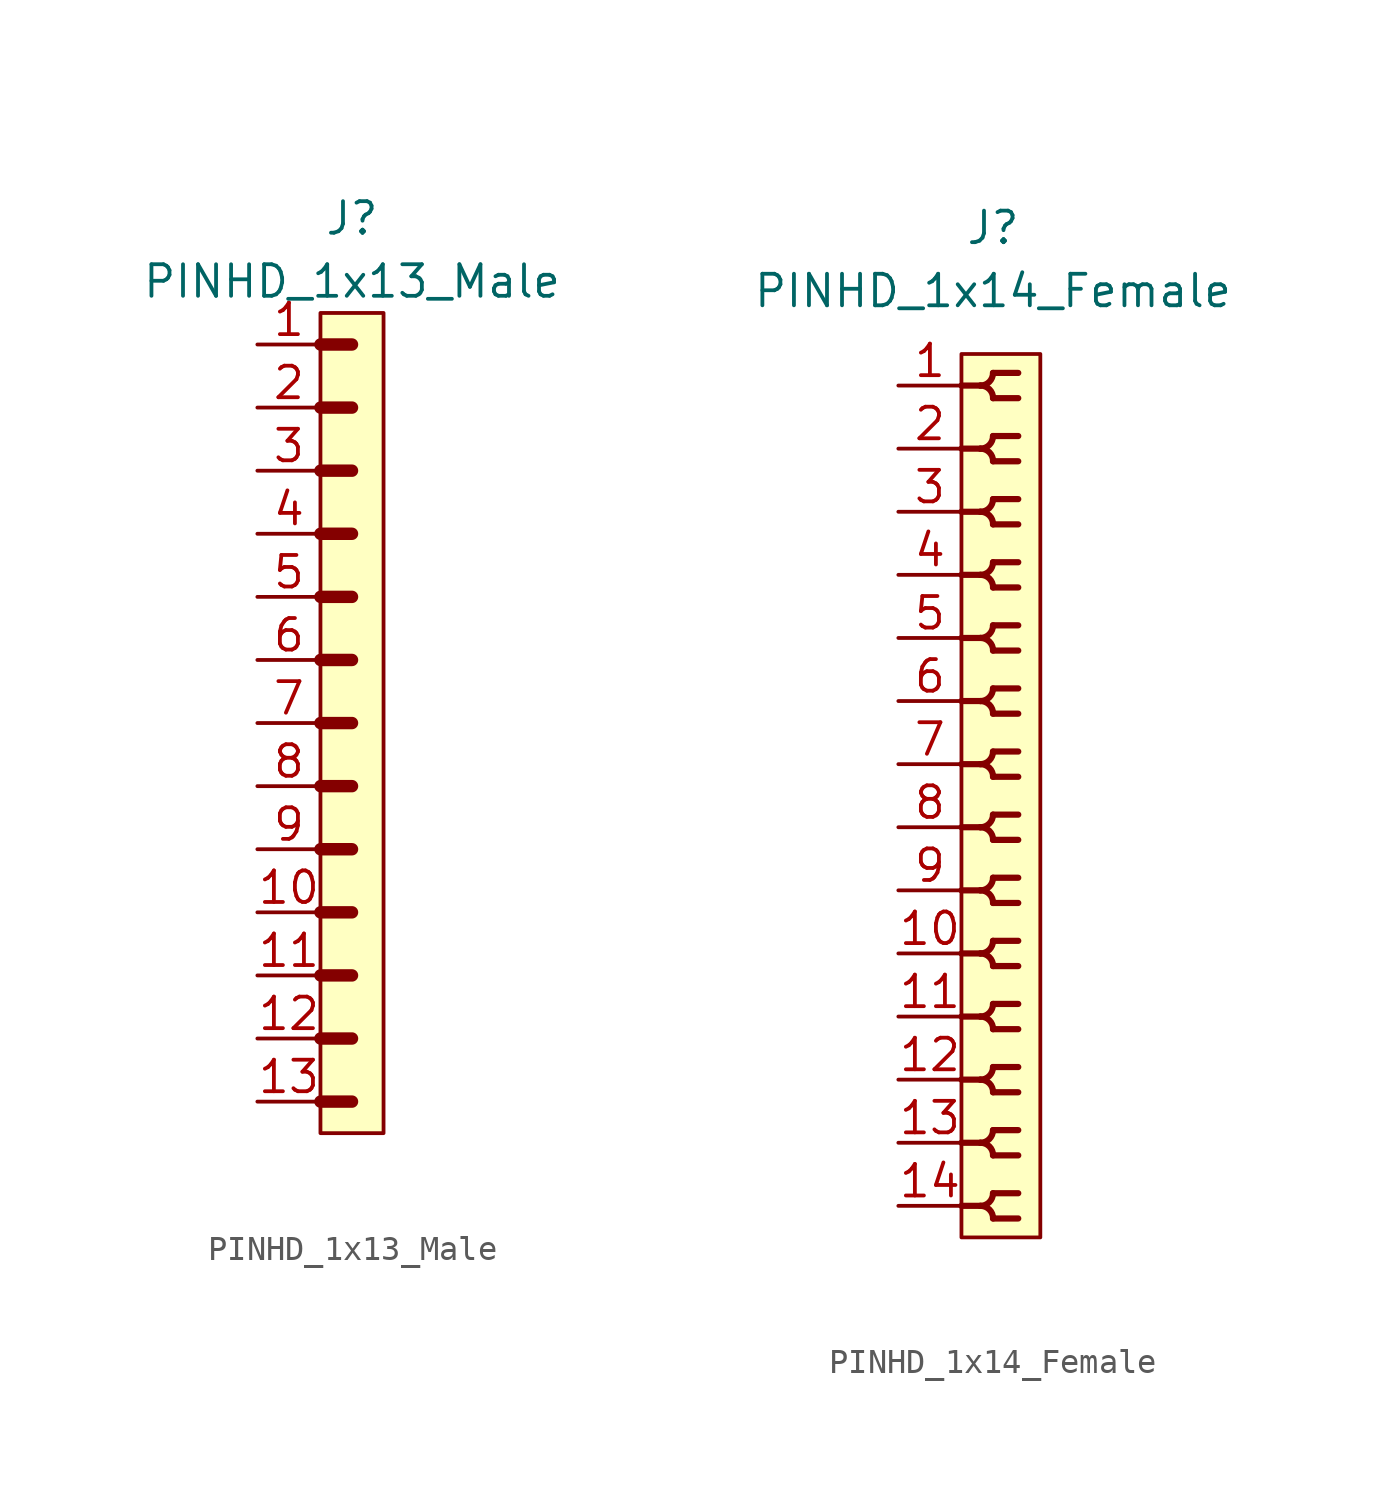
<source format=kicad_sym>
(kicad_symbol_lib
  (version 20211014)
  (generator kicad_symbol_editor)
  (symbol "PINHD_1x13_Male"
    (property "Reference" "J"
      (at 0 20.32 0)
      (effects (font (size 1.27 1.27))))
    (property "Value" "PINHD_1x13_Male"
      (at 0 17.78 0)
      (effects (font (size 1.27 1.27))))
    (symbol "PINHD_1x13_Male_0_1"
      (rectangle (start -1.27 16.51) (end 1.27 -16.51) (stroke (width 0) (type default) (color 0 0 0 0)) (fill (type background)))
      (polyline (pts (xy -1.27 -15.24) (xy 0 -15.24)) (stroke (width 0.5) (type default) (color 0 0 0 0)) (fill (type none)))
      (polyline (pts (xy -1.27 -12.7) (xy 0 -12.7)) (stroke (width 0.5) (type default) (color 0 0 0 0)) (fill (type none)))
      (polyline (pts (xy -1.27 -10.16) (xy 0 -10.16)) (stroke (width 0.5) (type default) (color 0 0 0 0)) (fill (type none)))
      (polyline (pts (xy -1.27 -7.62) (xy 0 -7.62)) (stroke (width 0.3) (type default) (color 0 0 0 0)) (fill (type none)))
      (polyline (pts (xy -1.27 -7.62) (xy 0 -7.62)) (stroke (width 0.5) (type default) (color 0 0 0 0)) (fill (type none)))
      (polyline (pts (xy -1.27 -5.08) (xy 0 -5.08)) (stroke (width 0.3) (type default) (color 0 0 0 0)) (fill (type none)))
      (polyline (pts (xy -1.27 -5.08) (xy 0 -5.08)) (stroke (width 0.5) (type default) (color 0 0 0 0)) (fill (type none)))
      (polyline (pts (xy -1.27 -2.54) (xy 0 -2.54)) (stroke (width 0.3) (type default) (color 0 0 0 0)) (fill (type none)))
      (polyline (pts (xy -1.27 -2.54) (xy 0 -2.54)) (stroke (width 0.5) (type default) (color 0 0 0 0)) (fill (type none)))
      (polyline (pts (xy -1.27 0) (xy 0 0)) (stroke (width 0.3) (type default) (color 0 0 0 0)) (fill (type none)))
      (polyline (pts (xy -1.27 0) (xy 0 0)) (stroke (width 0.5) (type default) (color 0 0 0 0)) (fill (type none)))
      (polyline (pts (xy -1.27 2.54) (xy 0 2.54)) (stroke (width 0.3) (type default) (color 0 0 0 0)) (fill (type none)))
      (polyline (pts (xy -1.27 2.54) (xy 0 2.54)) (stroke (width 0.5) (type default) (color 0 0 0 0)) (fill (type none)))
      (polyline (pts (xy -1.27 5.08) (xy 0 5.08)) (stroke (width 0.3) (type default) (color 0 0 0 0)) (fill (type none)))
      (polyline (pts (xy -1.27 5.08) (xy 0 5.08)) (stroke (width 0.5) (type default) (color 0 0 0 0)) (fill (type none)))
      (polyline (pts (xy -1.27 7.62) (xy 0 7.62)) (stroke (width 0.3) (type default) (color 0 0 0 0)) (fill (type none)))
      (polyline (pts (xy -1.27 7.62) (xy 0 7.62)) (stroke (width 0.5) (type default) (color 0 0 0 0)) (fill (type none)))
      (polyline (pts (xy -1.27 10.16) (xy 0 10.16)) (stroke (width 0.3) (type default) (color 0 0 0 0)) (fill (type none)))
      (polyline (pts (xy -1.27 10.16) (xy 0 10.16)) (stroke (width 0.5) (type default) (color 0 0 0 0)) (fill (type none)))
      (polyline (pts (xy -1.27 12.7) (xy 0 12.7)) (stroke (width 0.3) (type default) (color 0 0 0 0)) (fill (type none)))
      (polyline (pts (xy -1.27 12.7) (xy 0 12.7)) (stroke (width 0.5) (type default) (color 0 0 0 0)) (fill (type none)))
      (polyline (pts (xy -1.27 15.24) (xy 0 15.24)) (stroke (width 0.5) (type default) (color 0 0 0 0)) (fill (type none))))
    (symbol "PINHD_1x13_Male_1_1"
      (pin passive line (at -3.81 15.24 0) (length 2.54) (name "" (effects (font (size 1.27 1.27)))) (number "1" (effects (font (size 1.27 1.27)))))
      (pin passive line (at -3.81 -7.62 0) (length 2.54) (name "" (effects (font (size 1.27 1.27)))) (number "10" (effects (font (size 1.27 1.27)))))
      (pin passive line (at -3.81 -10.16 0) (length 2.54) (name "" (effects (font (size 1.27 1.27)))) (number "11" (effects (font (size 1.27 1.27)))))
      (pin passive line (at -3.81 -12.7 0) (length 2.54) (name "" (effects (font (size 1.27 1.27)))) (number "12" (effects (font (size 1.27 1.27)))))
      (pin passive line (at -3.81 -15.24 0) (length 2.54) (name "" (effects (font (size 1.27 1.27)))) (number "13" (effects (font (size 1.27 1.27)))))
      (pin passive line (at -3.81 12.7 0) (length 2.54) (name "" (effects (font (size 1.27 1.27)))) (number "2" (effects (font (size 1.27 1.27)))))
      (pin passive line (at -3.81 10.16 0) (length 2.54) (name "" (effects (font (size 1.27 1.27)))) (number "3" (effects (font (size 1.27 1.27)))))
      (pin passive line (at -3.81 7.62 0) (length 2.54) (name "" (effects (font (size 1.27 1.27)))) (number "4" (effects (font (size 1.27 1.27)))))
      (pin passive line (at -3.81 5.08 0) (length 2.54) (name "" (effects (font (size 1.27 1.27)))) (number "5" (effects (font (size 1.27 1.27)))))
      (pin passive line (at -3.81 2.54 0) (length 2.54) (name "" (effects (font (size 1.27 1.27)))) (number "6" (effects (font (size 1.27 1.27)))))
      (pin passive line (at -3.81 0 0) (length 2.54) (name "" (effects (font (size 1.27 1.27)))) (number "7" (effects (font (size 1.27 1.27)))))
      (pin passive line (at -3.81 -2.54 0) (length 2.54) (name "" (effects (font (size 1.27 1.27)))) (number "8" (effects (font (size 1.27 1.27)))))
      (pin passive line (at -3.81 -5.08 0) (length 2.54) (name "" (effects (font (size 1.27 1.27)))) (number "9" (effects (font (size 1.27 1.27)))))))
  (symbol "PINHD_1x14_Female"
    (property "Reference" "J"
      (at 0 22.86 0)
      (effects (font (size 1.27 1.27))))
    (property "Value" "PINHD_1x14_Female"
      (at 0 20.32 0)
      (effects (font (size 1.27 1.27))))
    (symbol "PINHD_1x14_Female_0_1"
      (rectangle (start -1.27 17.78) (end 1.905 -17.78) (stroke (width 0) (type default) (color 0 0 0 0)) (fill (type background)))
      (arc (start -0.508 -16.51) (mid 0.3592 -16.8692) (end 0 -16.002) (stroke (width 0.25) (type default) (color 0 0 0 0)) (fill (type none)))
      (arc (start -0.508 -13.97) (mid 0.3592 -14.3292) (end 0 -13.462) (stroke (width 0.25) (type default) (color 0 0 0 0)) (fill (type none)))
      (arc (start -0.508 -11.43) (mid 0.3592 -11.7892) (end 0 -10.922) (stroke (width 0.25) (type default) (color 0 0 0 0)) (fill (type none)))
      (arc (start -0.508 -8.89) (mid 0.3592 -9.2492) (end 0 -8.382) (stroke (width 0.25) (type default) (color 0 0 0 0)) (fill (type none)))
      (arc (start -0.508 -6.35) (mid 0.3592 -6.7092) (end 0 -5.842) (stroke (width 0.25) (type default) (color 0 0 0 0)) (fill (type none)))
      (arc (start -0.508 -3.81) (mid 0.3592 -4.1692) (end 0 -3.302) (stroke (width 0.25) (type default) (color 0 0 0 0)) (fill (type none)))
      (arc (start -0.508 -1.27) (mid 0.3592 -1.6292) (end 0 -0.762) (stroke (width 0.25) (type default) (color 0 0 0 0)) (fill (type none)))
      (arc (start -0.508 1.27) (mid 0.3592 0.9108) (end 0 1.778) (stroke (width 0.25) (type default) (color 0 0 0 0)) (fill (type none)))
      (arc (start -0.508 3.81) (mid 0.3592 3.4508) (end 0 4.318) (stroke (width 0.25) (type default) (color 0 0 0 0)) (fill (type none)))
      (arc (start -0.508 6.35) (mid 0.3592 5.9908) (end 0 6.858) (stroke (width 0.25) (type default) (color 0 0 0 0)) (fill (type none)))
      (arc (start -0.508 8.89) (mid 0.3592 8.5308) (end 0 9.398) (stroke (width 0.25) (type default) (color 0 0 0 0)) (fill (type none)))
      (arc (start -0.508 11.43) (mid 0.3592 11.0708) (end 0 11.938) (stroke (width 0.25) (type default) (color 0 0 0 0)) (fill (type none)))
      (arc (start -0.508 13.97) (mid 0.3592 13.6108) (end 0 14.478) (stroke (width 0.25) (type default) (color 0 0 0 0)) (fill (type none)))
      (arc (start -0.508 16.51) (mid 0.3592 16.1508) (end 0 17.018) (stroke (width 0.25) (type default) (color 0 0 0 0)) (fill (type none)))
      (arc (start 0 -17.018) (mid 0.3592 -16.1508) (end -0.508 -16.51) (stroke (width 0.25) (type default) (color 0 0 0 0)) (fill (type none)))
      (arc (start 0 -14.478) (mid 0.3592 -13.6108) (end -0.508 -13.97) (stroke (width 0.25) (type default) (color 0 0 0 0)) (fill (type none)))
      (arc (start 0 -11.938) (mid 0.3592 -11.0708) (end -0.508 -11.43) (stroke (width 0.25) (type default) (color 0 0 0 0)) (fill (type none)))
      (arc (start 0 -9.398) (mid 0.3592 -8.5308) (end -0.508 -8.89) (stroke (width 0.25) (type default) (color 0 0 0 0)) (fill (type none)))
      (arc (start 0 -6.858) (mid 0.3592 -5.9908) (end -0.508 -6.35) (stroke (width 0.25) (type default) (color 0 0 0 0)) (fill (type none)))
      (arc (start 0 -4.318) (mid 0.3592 -3.4508) (end -0.508 -3.81) (stroke (width 0.25) (type default) (color 0 0 0 0)) (fill (type none)))
      (arc (start 0 -1.778) (mid 0.3592 -0.9108) (end -0.508 -1.27) (stroke (width 0.25) (type default) (color 0 0 0 0)) (fill (type none)))
      (polyline (pts (xy -1.27 -16.51) (xy -0.508 -16.51)) (stroke (width 0.25) (type default) (color 0 0 0 0)) (fill (type none)))
      (polyline (pts (xy -1.27 -13.97) (xy -0.508 -13.97)) (stroke (width 0.25) (type default) (color 0 0 0 0)) (fill (type none)))
      (polyline (pts (xy -1.27 -11.43) (xy -0.508 -11.43)) (stroke (width 0.25) (type default) (color 0 0 0 0)) (fill (type none)))
      (polyline (pts (xy -1.27 -8.89) (xy -0.508 -8.89)) (stroke (width 0.25) (type default) (color 0 0 0 0)) (fill (type none)))
      (polyline (pts (xy -1.27 -6.35) (xy -0.508 -6.35)) (stroke (width 0.25) (type default) (color 0 0 0 0)) (fill (type none)))
      (polyline (pts (xy -1.27 -3.81) (xy -0.508 -3.81)) (stroke (width 0.25) (type default) (color 0 0 0 0)) (fill (type none)))
      (polyline (pts (xy -1.27 -1.27) (xy -0.508 -1.27)) (stroke (width 0.25) (type default) (color 0 0 0 0)) (fill (type none)))
      (polyline (pts (xy -1.27 1.27) (xy -0.508 1.27)) (stroke (width 0.25) (type default) (color 0 0 0 0)) (fill (type none)))
      (polyline (pts (xy -1.27 3.81) (xy -0.508 3.81)) (stroke (width 0.25) (type default) (color 0 0 0 0)) (fill (type none)))
      (polyline (pts (xy -1.27 6.35) (xy -0.508 6.35)) (stroke (width 0.25) (type default) (color 0 0 0 0)) (fill (type none)))
      (polyline (pts (xy -1.27 8.89) (xy -0.508 8.89)) (stroke (width 0.25) (type default) (color 0 0 0 0)) (fill (type none)))
      (polyline (pts (xy -1.27 11.43) (xy -0.508 11.43)) (stroke (width 0.25) (type default) (color 0 0 0 0)) (fill (type none)))
      (polyline (pts (xy -1.27 13.97) (xy -0.508 13.97)) (stroke (width 0.25) (type default) (color 0 0 0 0)) (fill (type none)))
      (polyline (pts (xy -1.27 16.51) (xy -0.508 16.51)) (stroke (width 0.25) (type default) (color 0 0 0 0)) (fill (type none)))
      (polyline (pts (xy 0 -17.018) (xy 1.016 -17.018)) (stroke (width 0.25) (type default) (color 0 0 0 0)) (fill (type none)))
      (polyline (pts (xy 0 -16.002) (xy 1.016 -16.002)) (stroke (width 0.25) (type default) (color 0 0 0 0)) (fill (type none)))
      (polyline (pts (xy 0 -14.478) (xy 1.016 -14.478)) (stroke (width 0.25) (type default) (color 0 0 0 0)) (fill (type none)))
      (polyline (pts (xy 0 -13.462) (xy 1.016 -13.462)) (stroke (width 0.25) (type default) (color 0 0 0 0)) (fill (type none)))
      (polyline (pts (xy 0 -11.938) (xy 1.016 -11.938)) (stroke (width 0.25) (type default) (color 0 0 0 0)) (fill (type none)))
      (polyline (pts (xy 0 -10.922) (xy 1.016 -10.922)) (stroke (width 0.25) (type default) (color 0 0 0 0)) (fill (type none)))
      (polyline (pts (xy 0 -9.398) (xy 1.016 -9.398)) (stroke (width 0.25) (type default) (color 0 0 0 0)) (fill (type none)))
      (polyline (pts (xy 0 -8.382) (xy 1.016 -8.382)) (stroke (width 0.25) (type default) (color 0 0 0 0)) (fill (type none)))
      (polyline (pts (xy 0 -6.858) (xy 1.016 -6.858)) (stroke (width 0.25) (type default) (color 0 0 0 0)) (fill (type none)))
      (polyline (pts (xy 0 -5.842) (xy 1.016 -5.842)) (stroke (width 0.25) (type default) (color 0 0 0 0)) (fill (type none)))
      (polyline (pts (xy 0 -4.318) (xy 1.016 -4.318)) (stroke (width 0.25) (type default) (color 0 0 0 0)) (fill (type none)))
      (polyline (pts (xy 0 -3.302) (xy 1.016 -3.302)) (stroke (width 0.25) (type default) (color 0 0 0 0)) (fill (type none)))
      (polyline (pts (xy 0 -1.778) (xy 1.016 -1.778)) (stroke (width 0.25) (type default) (color 0 0 0 0)) (fill (type none)))
      (polyline (pts (xy 0 -0.762) (xy 1.016 -0.762)) (stroke (width 0.25) (type default) (color 0 0 0 0)) (fill (type none)))
      (polyline (pts (xy 0 0.762) (xy 1.016 0.762)) (stroke (width 0.25) (type default) (color 0 0 0 0)) (fill (type none)))
      (polyline (pts (xy 0 1.778) (xy 1.016 1.778)) (stroke (width 0.25) (type default) (color 0 0 0 0)) (fill (type none)))
      (polyline (pts (xy 0 3.302) (xy 1.016 3.302)) (stroke (width 0.25) (type default) (color 0 0 0 0)) (fill (type none)))
      (polyline (pts (xy 0 4.318) (xy 1.016 4.318)) (stroke (width 0.25) (type default) (color 0 0 0 0)) (fill (type none)))
      (polyline (pts (xy 0 5.842) (xy 1.016 5.842)) (stroke (width 0.25) (type default) (color 0 0 0 0)) (fill (type none)))
      (polyline (pts (xy 0 6.858) (xy 1.016 6.858)) (stroke (width 0.25) (type default) (color 0 0 0 0)) (fill (type none)))
      (polyline (pts (xy 0 8.382) (xy 1.016 8.382)) (stroke (width 0.25) (type default) (color 0 0 0 0)) (fill (type none)))
      (polyline (pts (xy 0 9.398) (xy 1.016 9.398)) (stroke (width 0.25) (type default) (color 0 0 0 0)) (fill (type none)))
      (polyline (pts (xy 0 10.922) (xy 1.016 10.922)) (stroke (width 0.25) (type default) (color 0 0 0 0)) (fill (type none)))
      (polyline (pts (xy 0 11.938) (xy 1.016 11.938)) (stroke (width 0.25) (type default) (color 0 0 0 0)) (fill (type none)))
      (polyline (pts (xy 0 13.462) (xy 1.016 13.462)) (stroke (width 0.25) (type default) (color 0 0 0 0)) (fill (type none)))
      (polyline (pts (xy 0 14.478) (xy 1.016 14.478)) (stroke (width 0.25) (type default) (color 0 0 0 0)) (fill (type none)))
      (polyline (pts (xy 0 16.002) (xy 1.016 16.002)) (stroke (width 0.25) (type default) (color 0 0 0 0)) (fill (type none)))
      (polyline (pts (xy 0 17.018) (xy 1.016 17.018)) (stroke (width 0.25) (type default) (color 0 0 0 0)) (fill (type none)))
      (arc (start 0 0.762) (mid 0.3592 1.6292) (end -0.508 1.27) (stroke (width 0.25) (type default) (color 0 0 0 0)) (fill (type none)))
      (arc (start 0 3.302) (mid 0.3592 4.1692) (end -0.508 3.81) (stroke (width 0.25) (type default) (color 0 0 0 0)) (fill (type none)))
      (arc (start 0 5.842) (mid 0.3592 6.7092) (end -0.508 6.35) (stroke (width 0.25) (type default) (color 0 0 0 0)) (fill (type none)))
      (arc (start 0 8.382) (mid 0.3592 9.2492) (end -0.508 8.89) (stroke (width 0.25) (type default) (color 0 0 0 0)) (fill (type none)))
      (arc (start 0 10.922) (mid 0.3592 11.7892) (end -0.508 11.43) (stroke (width 0.25) (type default) (color 0 0 0 0)) (fill (type none)))
      (arc (start 0 13.462) (mid 0.3592 14.3292) (end -0.508 13.97) (stroke (width 0.25) (type default) (color 0 0 0 0)) (fill (type none)))
      (arc (start 0 16.002) (mid 0.3592 16.8692) (end -0.508 16.51) (stroke (width 0.25) (type default) (color 0 0 0 0)) (fill (type none))))
    (symbol "PINHD_1x14_Female_1_1"
      (pin passive line (at -3.81 16.51 0) (length 2.54) (name "" (effects (font (size 1.27 1.27)))) (number "1" (effects (font (size 1.27 1.27)))))
      (pin passive line (at -3.81 -6.35 0) (length 2.54) (name "" (effects (font (size 1.27 1.27)))) (number "10" (effects (font (size 1.27 1.27)))))
      (pin passive line (at -3.81 -8.89 0) (length 2.54) (name "" (effects (font (size 1.27 1.27)))) (number "11" (effects (font (size 1.27 1.27)))))
      (pin passive line (at -3.81 -11.43 0) (length 2.54) (name "" (effects (font (size 1.27 1.27)))) (number "12" (effects (font (size 1.27 1.27)))))
      (pin passive line (at -3.81 -13.97 0) (length 2.54) (name "" (effects (font (size 1.27 1.27)))) (number "13" (effects (font (size 1.27 1.27)))))
      (pin passive line (at -3.81 -16.51 0) (length 2.54) (name "" (effects (font (size 1.27 1.27)))) (number "14" (effects (font (size 1.27 1.27)))))
      (pin passive line (at -3.81 13.97 0) (length 2.54) (name "" (effects (font (size 1.27 1.27)))) (number "2" (effects (font (size 1.27 1.27)))))
      (pin passive line (at -3.81 11.43 0) (length 2.54) (name "" (effects (font (size 1.27 1.27)))) (number "3" (effects (font (size 1.27 1.27)))))
      (pin passive line (at -3.81 8.89 0) (length 2.54) (name "" (effects (font (size 1.27 1.27)))) (number "4" (effects (font (size 1.27 1.27)))))
      (pin passive line (at -3.81 6.35 0) (length 2.54) (name "" (effects (font (size 1.27 1.27)))) (number "5" (effects (font (size 1.27 1.27)))))
      (pin passive line (at -3.81 3.81 0) (length 2.54) (name "" (effects (font (size 1.27 1.27)))) (number "6" (effects (font (size 1.27 1.27)))))
      (pin passive line (at -3.81 1.27 0) (length 2.54) (name "" (effects (font (size 1.27 1.27)))) (number "7" (effects (font (size 1.27 1.27)))))
      (pin passive line (at -3.81 -1.27 0) (length 2.54) (name "" (effects (font (size 1.27 1.27)))) (number "8" (effects (font (size 1.27 1.27)))))
      (pin passive line (at -3.81 -3.81 0) (length 2.54) (name "" (effects (font (size 1.27 1.27)))) (number "9" (effects (font (size 1.27 1.27))))))))
</source>
